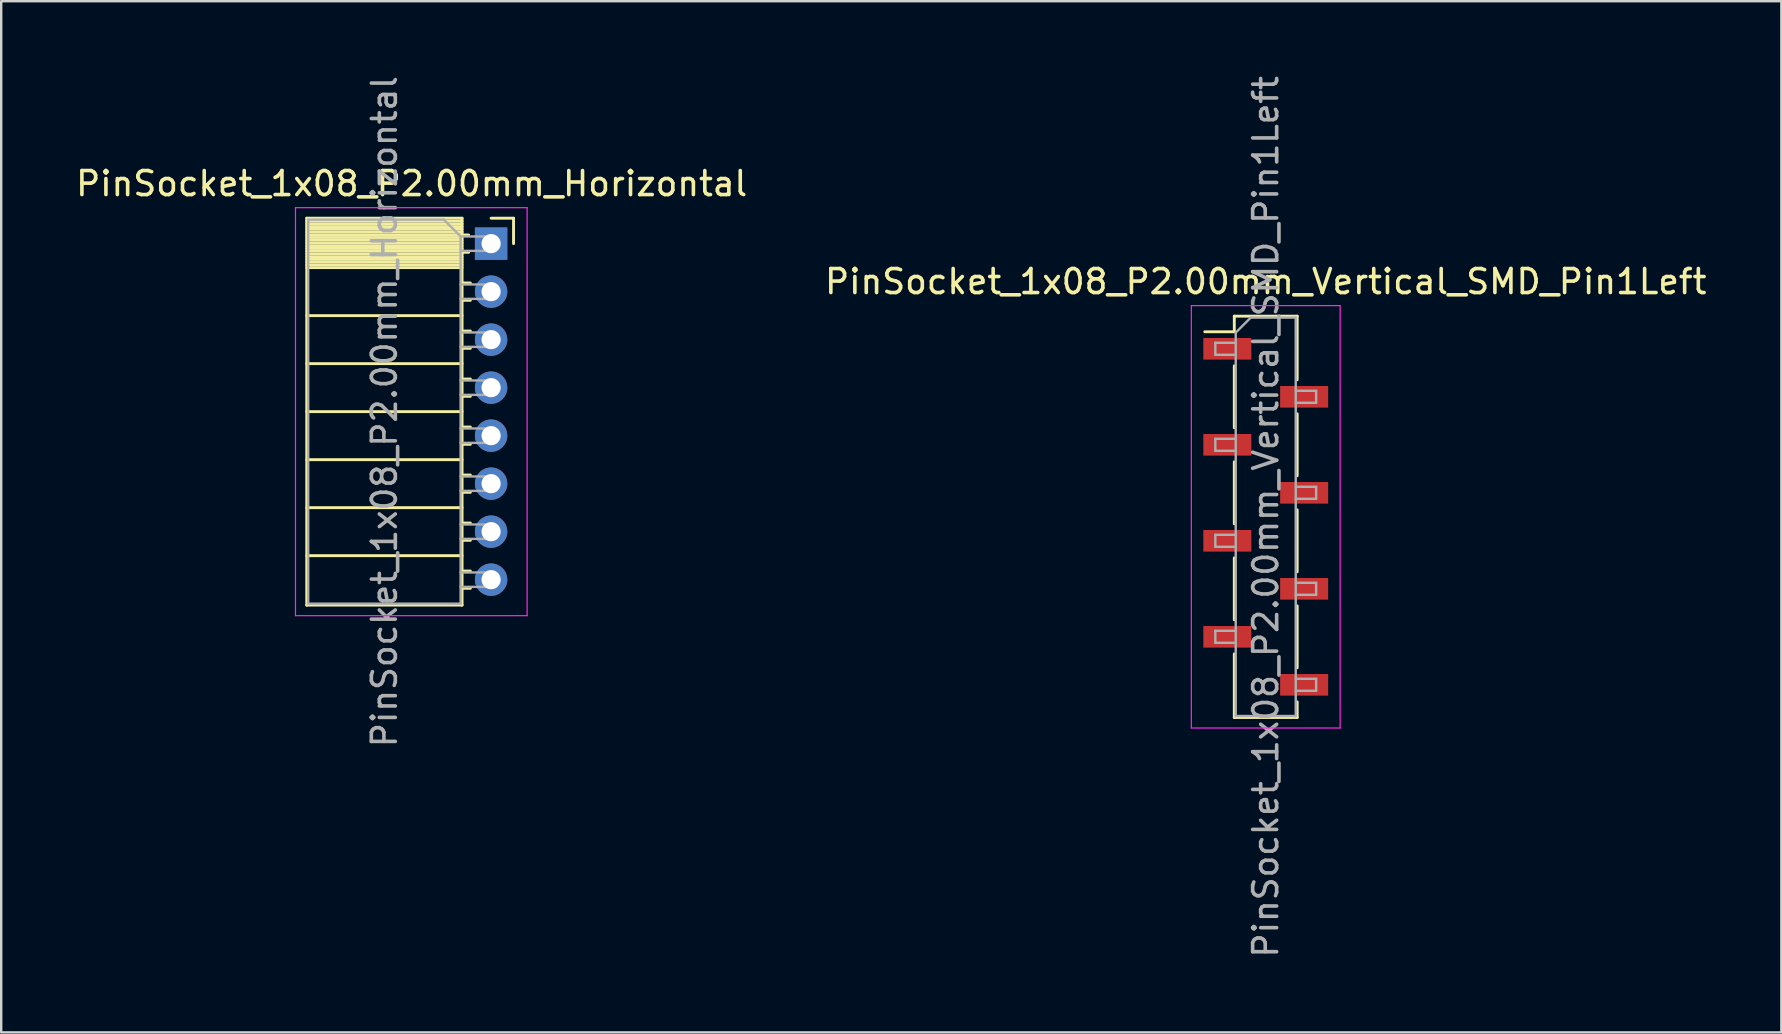
<source format=kicad_pcb>
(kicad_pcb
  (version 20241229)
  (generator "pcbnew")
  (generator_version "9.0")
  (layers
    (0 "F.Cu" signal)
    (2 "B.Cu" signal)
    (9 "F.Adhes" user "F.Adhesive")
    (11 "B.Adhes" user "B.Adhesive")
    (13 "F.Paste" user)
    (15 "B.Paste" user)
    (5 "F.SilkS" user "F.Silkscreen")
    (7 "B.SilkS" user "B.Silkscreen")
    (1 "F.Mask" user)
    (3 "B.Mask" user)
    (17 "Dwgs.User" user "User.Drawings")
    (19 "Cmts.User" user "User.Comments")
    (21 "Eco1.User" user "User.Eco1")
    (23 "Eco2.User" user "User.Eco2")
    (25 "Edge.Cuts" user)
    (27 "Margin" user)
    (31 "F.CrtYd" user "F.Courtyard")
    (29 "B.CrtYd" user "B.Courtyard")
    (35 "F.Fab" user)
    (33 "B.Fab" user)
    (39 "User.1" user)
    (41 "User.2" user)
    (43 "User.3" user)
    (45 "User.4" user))
  (footprint "PinSocket_1x08_P2.00mm_Horizontal"
    (layer "F.Cu")
    (at 17.411 7.101)
    (property "Reference" "PinSocket_1x08_P2.00mm_Horizontal" (at -3.31 -2.5 0) (layer "F.SilkS") (effects (font (size 1 1) (thickness 0.15))))
    (attr through_hole)
    (fp_line (start -7.68 -1.06) (end -7.68 15.06) (stroke (width 0.12) (type solid)) (layer "F.SilkS"))
    (fp_line (start -7.68 -1.06) (end -1.21 -1.06) (stroke (width 0.12) (type solid)) (layer "F.SilkS"))
    (fp_line (start -7.68 -0.94) (end -1.21 -0.94) (stroke (width 0.12) (type solid)) (layer "F.SilkS"))
    (fp_line (start -7.68 -0.826) (end -1.21 -0.826) (stroke (width 0.12) (type solid)) (layer "F.SilkS"))
    (fp_line (start -7.68 -0.712) (end -1.21 -0.712) (stroke (width 0.12) (type solid)) (layer "F.SilkS"))
    (fp_line (start -7.68 -0.598) (end -1.21 -0.598) (stroke (width 0.12) (type solid)) (layer "F.SilkS"))
    (fp_line (start -7.68 -0.484) (end -1.21 -0.484) (stroke (width 0.12) (type solid)) (layer "F.SilkS"))
    (fp_line (start -7.68 -0.369) (end -1.21 -0.369) (stroke (width 0.12) (type solid)) (layer "F.SilkS"))
    (fp_line (start -7.68 -0.255) (end -1.21 -0.255) (stroke (width 0.12) (type solid)) (layer "F.SilkS"))
    (fp_line (start -7.68 -0.141) (end -1.21 -0.141) (stroke (width 0.12) (type solid)) (layer "F.SilkS"))
    (fp_line (start -7.68 -0.027) (end -1.21 -0.027) (stroke (width 0.12) (type solid)) (layer "F.SilkS"))
    (fp_line (start -7.68 0.087) (end -1.21 0.087) (stroke (width 0.12) (type solid)) (layer "F.SilkS"))
    (fp_line (start -7.68 0.201) (end -1.21 0.201) (stroke (width 0.12) (type solid)) (layer "F.SilkS"))
    (fp_line (start -7.68 0.315) (end -1.21 0.315) (stroke (width 0.12) (type solid)) (layer "F.SilkS"))
    (fp_line (start -7.68 0.429) (end -1.21 0.429) (stroke (width 0.12) (type solid)) (layer "F.SilkS"))
    (fp_line (start -7.68 0.544) (end -1.21 0.544) (stroke (width 0.12) (type solid)) (layer "F.SilkS"))
    (fp_line (start -7.68 0.658) (end -1.21 0.658) (stroke (width 0.12) (type solid)) (layer "F.SilkS"))
    (fp_line (start -7.68 0.772) (end -1.21 0.772) (stroke (width 0.12) (type solid)) (layer "F.SilkS"))
    (fp_line (start -7.68 0.886) (end -1.21 0.886) (stroke (width 0.12) (type solid)) (layer "F.SilkS"))
    (fp_line (start -7.68 1) (end -1.21 1) (stroke (width 0.12) (type solid)) (layer "F.SilkS"))
    (fp_line (start -7.68 3) (end -1.21 3) (stroke (width 0.12) (type solid)) (layer "F.SilkS"))
    (fp_line (start -7.68 5) (end -1.21 5) (stroke (width 0.12) (type solid)) (layer "F.SilkS"))
    (fp_line (start -7.68 7) (end -1.21 7) (stroke (width 0.12) (type solid)) (layer "F.SilkS"))
    (fp_line (start -7.68 9) (end -1.21 9) (stroke (width 0.12) (type solid)) (layer "F.SilkS"))
    (fp_line (start -7.68 11) (end -1.21 11) (stroke (width 0.12) (type solid)) (layer "F.SilkS"))
    (fp_line (start -7.68 13) (end -1.21 13) (stroke (width 0.12) (type solid)) (layer "F.SilkS"))
    (fp_line (start -7.68 15.06) (end -1.21 15.06) (stroke (width 0.12) (type solid)) (layer "F.SilkS"))
    (fp_line (start -1.21 -1.06) (end -1.21 15.06) (stroke (width 0.12) (type solid)) (layer "F.SilkS"))
    (fp_line (start -1.21 -0.36) (end -0.935 -0.36) (stroke (width 0.12) (type solid)) (layer "F.SilkS"))
    (fp_line (start -1.21 0.36) (end -0.935 0.36) (stroke (width 0.12) (type solid)) (layer "F.SilkS"))
    (fp_line (start -1.21 1.64) (end -0.863 1.64) (stroke (width 0.12) (type solid)) (layer "F.SilkS"))
    (fp_line (start -1.21 2.36) (end -0.863 2.36) (stroke (width 0.12) (type solid)) (layer "F.SilkS"))
    (fp_line (start -1.21 3.64) (end -0.863 3.64) (stroke (width 0.12) (type solid)) (layer "F.SilkS"))
    (fp_line (start -1.21 4.36) (end -0.863 4.36) (stroke (width 0.12) (type solid)) (layer "F.SilkS"))
    (fp_line (start -1.21 5.64) (end -0.863 5.64) (stroke (width 0.12) (type solid)) (layer "F.SilkS"))
    (fp_line (start -1.21 6.36) (end -0.863 6.36) (stroke (width 0.12) (type solid)) (layer "F.SilkS"))
    (fp_line (start -1.21 7.64) (end -0.863 7.64) (stroke (width 0.12) (type solid)) (layer "F.SilkS"))
    (fp_line (start -1.21 8.36) (end -0.863 8.36) (stroke (width 0.12) (type solid)) (layer "F.SilkS"))
    (fp_line (start -1.21 9.64) (end -0.863 9.64) (stroke (width 0.12) (type solid)) (layer "F.SilkS"))
    (fp_line (start -1.21 10.36) (end -0.863 10.36) (stroke (width 0.12) (type solid)) (layer "F.SilkS"))
    (fp_line (start -1.21 11.64) (end -0.863 11.64) (stroke (width 0.12) (type solid)) (layer "F.SilkS"))
    (fp_line (start -1.21 12.36) (end -0.863 12.36) (stroke (width 0.12) (type solid)) (layer "F.SilkS"))
    (fp_line (start -1.21 13.64) (end -0.863 13.64) (stroke (width 0.12) (type solid)) (layer "F.SilkS"))
    (fp_line (start -1.21 14.36) (end -0.863 14.36) (stroke (width 0.12) (type solid)) (layer "F.SilkS"))
    (fp_line (start 0 -1.06) (end 0.935 -1.06) (stroke (width 0.12) (type solid)) (layer "F.SilkS"))
    (fp_line (start 0.935 -1.06) (end 0.935 0) (stroke (width 0.12) (type solid)) (layer "F.SilkS"))
    (fp_line (start -8.15 -1.5) (end -8.15 15.5) (stroke (width 0.05) (type solid)) (layer "F.CrtYd"))
    (fp_line (start -8.15 15.5) (end 1.5 15.5) (stroke (width 0.05) (type solid)) (layer "F.CrtYd"))
    (fp_line (start 1.5 -1.5) (end -8.15 -1.5) (stroke (width 0.05) (type solid)) (layer "F.CrtYd"))
    (fp_line (start 1.5 15.5) (end 1.5 -1.5) (stroke (width 0.05) (type solid)) (layer "F.CrtYd"))
    (fp_line (start -7.62 -1) (end -1.97 -1) (stroke (width 0.1) (type solid)) (layer "F.Fab"))
    (fp_line (start -7.62 15) (end -7.62 -1) (stroke (width 0.1) (type solid)) (layer "F.Fab"))
    (fp_line (start -1.97 -1) (end -1.27 -0.3) (stroke (width 0.1) (type solid)) (layer "F.Fab"))
    (fp_line (start -1.27 -0.3) (end -1.27 15) (stroke (width 0.1) (type solid)) (layer "F.Fab"))
    (fp_line (start -1.27 0.3) (end 0 0.3) (stroke (width 0.1) (type solid)) (layer "F.Fab"))
    (fp_line (start -1.27 2.3) (end 0 2.3) (stroke (width 0.1) (type solid)) (layer "F.Fab"))
    (fp_line (start -1.27 4.3) (end 0 4.3) (stroke (width 0.1) (type solid)) (layer "F.Fab"))
    (fp_line (start -1.27 6.3) (end 0 6.3) (stroke (width 0.1) (type solid)) (layer "F.Fab"))
    (fp_line (start -1.27 8.3) (end 0 8.3) (stroke (width 0.1) (type solid)) (layer "F.Fab"))
    (fp_line (start -1.27 10.3) (end 0 10.3) (stroke (width 0.1) (type solid)) (layer "F.Fab"))
    (fp_line (start -1.27 12.3) (end 0 12.3) (stroke (width 0.1) (type solid)) (layer "F.Fab"))
    (fp_line (start -1.27 14.3) (end 0 14.3) (stroke (width 0.1) (type solid)) (layer "F.Fab"))
    (fp_line (start -1.27 15) (end -7.62 15) (stroke (width 0.1) (type solid)) (layer "F.Fab"))
    (fp_line (start 0 -0.3) (end -1.27 -0.3) (stroke (width 0.1) (type solid)) (layer "F.Fab"))
    (fp_line (start 0 0.3) (end 0 -0.3) (stroke (width 0.1) (type solid)) (layer "F.Fab"))
    (fp_line (start 0 1.7) (end -1.27 1.7) (stroke (width 0.1) (type solid)) (layer "F.Fab"))
    (fp_line (start 0 2.3) (end 0 1.7) (stroke (width 0.1) (type solid)) (layer "F.Fab"))
    (fp_line (start 0 3.7) (end -1.27 3.7) (stroke (width 0.1) (type solid)) (layer "F.Fab"))
    (fp_line (start 0 4.3) (end 0 3.7) (stroke (width 0.1) (type solid)) (layer "F.Fab"))
    (fp_line (start 0 5.7) (end -1.27 5.7) (stroke (width 0.1) (type solid)) (layer "F.Fab"))
    (fp_line (start 0 6.3) (end 0 5.7) (stroke (width 0.1) (type solid)) (layer "F.Fab"))
    (fp_line (start 0 7.7) (end -1.27 7.7) (stroke (width 0.1) (type solid)) (layer "F.Fab"))
    (fp_line (start 0 8.3) (end 0 7.7) (stroke (width 0.1) (type solid)) (layer "F.Fab"))
    (fp_line (start 0 9.7) (end -1.27 9.7) (stroke (width 0.1) (type solid)) (layer "F.Fab"))
    (fp_line (start 0 10.3) (end 0 9.7) (stroke (width 0.1) (type solid)) (layer "F.Fab"))
    (fp_line (start 0 11.7) (end -1.27 11.7) (stroke (width 0.1) (type solid)) (layer "F.Fab"))
    (fp_line (start 0 12.3) (end 0 11.7) (stroke (width 0.1) (type solid)) (layer "F.Fab"))
    (fp_line (start 0 13.7) (end -1.27 13.7) (stroke (width 0.1) (type solid)) (layer "F.Fab"))
    (fp_line (start 0 14.3) (end 0 13.7) (stroke (width 0.1) (type solid)) (layer "F.Fab"))
    (fp_text user "${REFERENCE}" (at -4.445 7 90) (layer "F.Fab") (effects (font (size 1 1) (thickness 0.15))))
    (pad "1" thru_hole rect (at 0 0) (size 1.35 1.35) (drill 0.8) (layers "*.Cu" "*.Mask"))
    (pad "2" thru_hole oval (at 0 2) (size 1.35 1.35) (drill 0.8) (layers "*.Cu" "*.Mask"))
    (pad "3" thru_hole oval (at 0 4) (size 1.35 1.35) (drill 0.8) (layers "*.Cu" "*.Mask"))
    (pad "4" thru_hole oval (at 0 6) (size 1.35 1.35) (drill 0.8) (layers "*.Cu" "*.Mask"))
    (pad "5" thru_hole oval (at 0 8) (size 1.35 1.35) (drill 0.8) (layers "*.Cu" "*.Mask"))
    (pad "6" thru_hole oval (at 0 10) (size 1.35 1.35) (drill 0.8) (layers "*.Cu" "*.Mask"))
    (pad "7" thru_hole oval (at 0 12) (size 1.35 1.35) (drill 0.8) (layers "*.Cu" "*.Mask"))
    (pad "8" thru_hole oval (at 0 14) (size 1.35 1.35) (drill 0.8) (layers "*.Cu" "*.Mask")))
  (footprint "PinSocket_1x08_P2.00mm_Vertical_SMD_Pin1Left"
    (layer "F.Cu")
    (at 49.685 18.482)
    (property "Reference" "PinSocket_1x08_P2.00mm_Vertical_SMD_Pin1Left" (at 0 -9.8 0) (layer "F.SilkS") (effects (font (size 1 1) (thickness 0.15))))
    (attr smd)
    (fp_line (start -2.54 -7.71) (end -1.31 -7.71) (stroke (width 0.12) (type solid)) (layer "F.SilkS"))
    (fp_line (start -1.31 -8.36) (end -1.31 -7.71) (stroke (width 0.12) (type solid)) (layer "F.SilkS"))
    (fp_line (start -1.31 -8.36) (end 1.31 -8.36) (stroke (width 0.12) (type solid)) (layer "F.SilkS"))
    (fp_line (start -1.31 -6.29) (end -1.31 -3.71) (stroke (width 0.12) (type solid)) (layer "F.SilkS"))
    (fp_line (start -1.31 -2.29) (end -1.31 0.29) (stroke (width 0.12) (type solid)) (layer "F.SilkS"))
    (fp_line (start -1.31 1.71) (end -1.31 4.29) (stroke (width 0.12) (type solid)) (layer "F.SilkS"))
    (fp_line (start -1.31 5.71) (end -1.31 8.36) (stroke (width 0.12) (type solid)) (layer "F.SilkS"))
    (fp_line (start -1.31 8.36) (end 1.31 8.36) (stroke (width 0.12) (type solid)) (layer "F.SilkS"))
    (fp_line (start 1.31 -8.36) (end 1.31 -5.71) (stroke (width 0.12) (type solid)) (layer "F.SilkS"))
    (fp_line (start 1.31 -4.29) (end 1.31 -1.71) (stroke (width 0.12) (type solid)) (layer "F.SilkS"))
    (fp_line (start 1.31 -0.29) (end 1.31 2.29) (stroke (width 0.12) (type solid)) (layer "F.SilkS"))
    (fp_line (start 1.31 3.71) (end 1.31 6.29) (stroke (width 0.12) (type solid)) (layer "F.SilkS"))
    (fp_line (start 1.31 7.71) (end 1.31 8.36) (stroke (width 0.12) (type solid)) (layer "F.SilkS"))
    (fp_line (start -3.1 -8.8) (end 3.1 -8.8) (stroke (width 0.05) (type solid)) (layer "F.CrtYd"))
    (fp_line (start -3.1 8.8) (end -3.1 -8.8) (stroke (width 0.05) (type solid)) (layer "F.CrtYd"))
    (fp_line (start 3.1 -8.8) (end 3.1 8.8) (stroke (width 0.05) (type solid)) (layer "F.CrtYd"))
    (fp_line (start 3.1 8.8) (end -3.1 8.8) (stroke (width 0.05) (type solid)) (layer "F.CrtYd"))
    (fp_line (start -2.1 -7.25) (end -1.25 -7.25) (stroke (width 0.1) (type solid)) (layer "F.Fab"))
    (fp_line (start -2.1 -6.75) (end -2.1 -7.25) (stroke (width 0.1) (type solid)) (layer "F.Fab"))
    (fp_line (start -2.1 -3.25) (end -1.25 -3.25) (stroke (width 0.1) (type solid)) (layer "F.Fab"))
    (fp_line (start -2.1 -2.75) (end -2.1 -3.25) (stroke (width 0.1) (type solid)) (layer "F.Fab"))
    (fp_line (start -2.1 0.75) (end -1.25 0.75) (stroke (width 0.1) (type solid)) (layer "F.Fab"))
    (fp_line (start -2.1 1.25) (end -2.1 0.75) (stroke (width 0.1) (type solid)) (layer "F.Fab"))
    (fp_line (start -2.1 4.75) (end -1.25 4.75) (stroke (width 0.1) (type solid)) (layer "F.Fab"))
    (fp_line (start -2.1 5.25) (end -2.1 4.75) (stroke (width 0.1) (type solid)) (layer "F.Fab"))
    (fp_line (start -1.25 -7.675) (end -0.625 -8.3) (stroke (width 0.1) (type solid)) (layer "F.Fab"))
    (fp_line (start -1.25 -6.75) (end -2.1 -6.75) (stroke (width 0.1) (type solid)) (layer "F.Fab"))
    (fp_line (start -1.25 -2.75) (end -2.1 -2.75) (stroke (width 0.1) (type solid)) (layer "F.Fab"))
    (fp_line (start -1.25 1.25) (end -2.1 1.25) (stroke (width 0.1) (type solid)) (layer "F.Fab"))
    (fp_line (start -1.25 5.25) (end -2.1 5.25) (stroke (width 0.1) (type solid)) (layer "F.Fab"))
    (fp_line (start -1.25 8.3) (end -1.25 -7.675) (stroke (width 0.1) (type solid)) (layer "F.Fab"))
    (fp_line (start -0.625 -8.3) (end 1.25 -8.3) (stroke (width 0.1) (type solid)) (layer "F.Fab"))
    (fp_line (start 1.25 -8.3) (end 1.25 8.3) (stroke (width 0.1) (type solid)) (layer "F.Fab"))
    (fp_line (start 1.25 -5.25) (end 2.1 -5.25) (stroke (width 0.1) (type solid)) (layer "F.Fab"))
    (fp_line (start 1.25 -1.25) (end 2.1 -1.25) (stroke (width 0.1) (type solid)) (layer "F.Fab"))
    (fp_line (start 1.25 2.75) (end 2.1 2.75) (stroke (width 0.1) (type solid)) (layer "F.Fab"))
    (fp_line (start 1.25 6.75) (end 2.1 6.75) (stroke (width 0.1) (type solid)) (layer "F.Fab"))
    (fp_line (start 1.25 8.3) (end -1.25 8.3) (stroke (width 0.1) (type solid)) (layer "F.Fab"))
    (fp_line (start 2.1 -5.25) (end 2.1 -4.75) (stroke (width 0.1) (type solid)) (layer "F.Fab"))
    (fp_line (start 2.1 -4.75) (end 1.25 -4.75) (stroke (width 0.1) (type solid)) (layer "F.Fab"))
    (fp_line (start 2.1 -1.25) (end 2.1 -0.75) (stroke (width 0.1) (type solid)) (layer "F.Fab"))
    (fp_line (start 2.1 -0.75) (end 1.25 -0.75) (stroke (width 0.1) (type solid)) (layer "F.Fab"))
    (fp_line (start 2.1 2.75) (end 2.1 3.25) (stroke (width 0.1) (type solid)) (layer "F.Fab"))
    (fp_line (start 2.1 3.25) (end 1.25 3.25) (stroke (width 0.1) (type solid)) (layer "F.Fab"))
    (fp_line (start 2.1 6.75) (end 2.1 7.25) (stroke (width 0.1) (type solid)) (layer "F.Fab"))
    (fp_line (start 2.1 7.25) (end 1.25 7.25) (stroke (width 0.1) (type solid)) (layer "F.Fab"))
    (fp_text user "${REFERENCE}" (at 0 0 90) (layer "F.Fab") (effects (font (size 1 1) (thickness 0.15))))
    (pad "1" smd rect (at -1.6 -7) (size 2 0.9) (layers "F.Cu" "F.Mask" "F.Paste"))
    (pad "2" smd rect (at 1.6 -5) (size 2 0.9) (layers "F.Cu" "F.Mask" "F.Paste"))
    (pad "3" smd rect (at -1.6 -3) (size 2 0.9) (layers "F.Cu" "F.Mask" "F.Paste"))
    (pad "4" smd rect (at 1.6 -1) (size 2 0.9) (layers "F.Cu" "F.Mask" "F.Paste"))
    (pad "5" smd rect (at -1.6 1) (size 2 0.9) (layers "F.Cu" "F.Mask" "F.Paste"))
    (pad "6" smd rect (at 1.6 3) (size 2 0.9) (layers "F.Cu" "F.Mask" "F.Paste"))
    (pad "7" smd rect (at -1.6 5) (size 2 0.9) (layers "F.Cu" "F.Mask" "F.Paste"))
    (pad "8" smd rect (at 1.6 7) (size 2 0.9) (layers "F.Cu" "F.Mask" "F.Paste")))
  (gr_rect
    (start -3 -3)
    (end 71.167 39.964)
    (stroke (width 0.1) (type default))
    (fill no)
    (layer "Edge.Cuts")))
</source>
